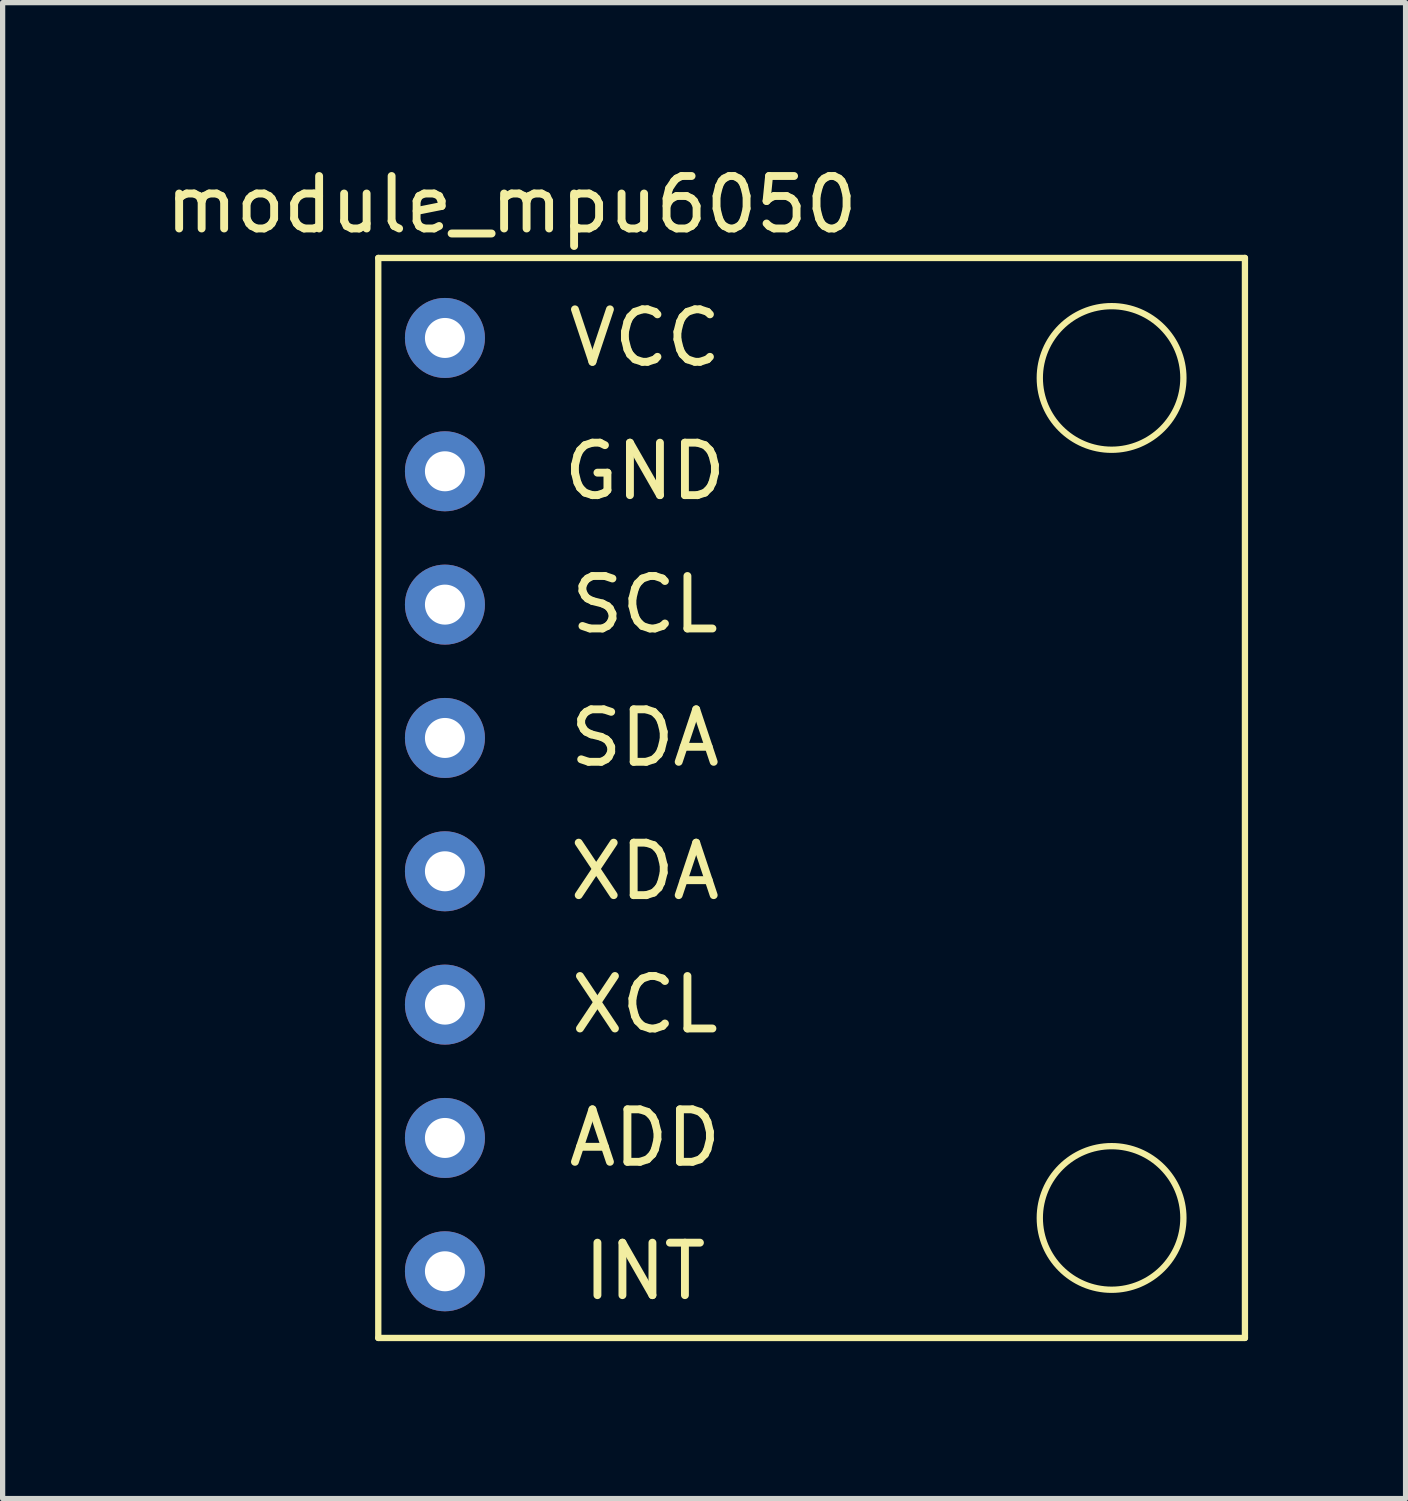
<source format=kicad_pcb>
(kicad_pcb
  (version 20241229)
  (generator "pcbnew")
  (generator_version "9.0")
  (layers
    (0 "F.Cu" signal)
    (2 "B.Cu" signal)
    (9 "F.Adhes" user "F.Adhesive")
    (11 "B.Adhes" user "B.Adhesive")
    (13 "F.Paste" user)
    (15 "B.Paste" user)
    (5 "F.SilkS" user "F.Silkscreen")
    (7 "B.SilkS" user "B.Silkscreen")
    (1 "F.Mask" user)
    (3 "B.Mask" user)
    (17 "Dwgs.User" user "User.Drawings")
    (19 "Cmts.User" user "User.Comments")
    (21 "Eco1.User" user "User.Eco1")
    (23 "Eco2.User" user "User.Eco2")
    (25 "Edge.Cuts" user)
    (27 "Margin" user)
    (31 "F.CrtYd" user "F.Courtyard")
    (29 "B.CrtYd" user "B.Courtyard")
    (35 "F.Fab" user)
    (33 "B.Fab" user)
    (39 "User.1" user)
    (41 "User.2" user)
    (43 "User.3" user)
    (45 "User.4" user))
  (footprint "module_mpu6050"
    (layer "F.Cu")
    (at 5.426 21.168)
    (property "Reference" "module_mpu6050" (at 1.27 -20.32 0) (layer "F.SilkS") (effects (font (size 1 1) (thickness 0.15))))
    (attr through_hole)
    (fp_line (start -1.27 -19.304) (end 15.24 -19.304) (stroke (width 0.12) (type solid)) (layer "F.SilkS"))
    (fp_line (start -1.27 1.27) (end -1.27 -19.304) (stroke (width 0.12) (type solid)) (layer "F.SilkS"))
    (fp_line (start 15.24 -19.304) (end 15.24 1.27) (stroke (width 0.12) (type solid)) (layer "F.SilkS"))
    (fp_line (start 15.24 1.27) (end -1.27 1.27) (stroke (width 0.12) (type solid)) (layer "F.SilkS"))
    (fp_circle (center 12.7 -17.018) (end 13.208 -15.748) (stroke (width 0.12) (type solid)) (fill no) (layer "F.SilkS"))
    (fp_circle (center 12.7 -1.016) (end 13.208 0.254) (stroke (width 0.12) (type solid)) (fill no) (layer "F.SilkS"))
    (fp_text user "ADD" (at 3.81 -2.54 0) (layer "F.SilkS") (effects (font (size 1 1) (thickness 0.15))))
    (fp_text user "XDA" (at 3.81 -7.62 0) (layer "F.SilkS") (effects (font (size 1 1) (thickness 0.15))))
    (fp_text user "GND" (at 3.81 -15.24 0) (layer "F.SilkS") (effects (font (size 1 1) (thickness 0.15))))
    (fp_text user "INT" (at 3.81 0 0) (layer "F.SilkS") (effects (font (size 1 1) (thickness 0.15))))
    (fp_text user "SCL" (at 3.81 -12.7 0) (layer "F.SilkS") (effects (font (size 1 1) (thickness 0.15))))
    (fp_text user "VCC" (at 3.81 -17.78 0) (layer "F.SilkS") (effects (font (size 1 1) (thickness 0.15))))
    (fp_text user "XCL" (at 3.81 -5.08 0) (layer "F.SilkS") (effects (font (size 1 1) (thickness 0.15))))
    (fp_text user "SDA" (at 3.81 -10.16 0) (layer "F.SilkS") (effects (font (size 1 1) (thickness 0.15))))
    (pad "1" thru_hole circle (at 0 -17.78) (size 1.524 1.524) (drill 0.762) (layers "*.Cu" "*.Mask"))
    (pad "2" thru_hole circle (at 0 -15.24) (size 1.524 1.524) (drill 0.762) (layers "*.Cu" "*.Mask"))
    (pad "3" thru_hole circle (at 0 -12.7) (size 1.524 1.524) (drill 0.762) (layers "*.Cu" "*.Mask"))
    (pad "4" thru_hole circle (at 0 -10.16) (size 1.524 1.524) (drill 0.762) (layers "*.Cu" "*.Mask"))
    (pad "5" thru_hole circle (at 0 -7.62) (size 1.524 1.524) (drill 0.762) (layers "*.Cu" "*.Mask"))
    (pad "6" thru_hole circle (at 0 -5.08) (size 1.524 1.524) (drill 0.762) (layers "*.Cu" "*.Mask"))
    (pad "7" thru_hole circle (at 0 -2.54) (size 1.524 1.524) (drill 0.762) (layers "*.Cu" "*.Mask"))
    (pad "8" thru_hole circle (at 0 0) (size 1.524 1.524) (drill 0.762) (layers "*.Cu" "*.Mask")))
  (gr_rect
    (start -3 -3)
    (end 23.726 25.498)
    (stroke (width 0.1) (type default))
    (fill no)
    (layer "Edge.Cuts")))
</source>
